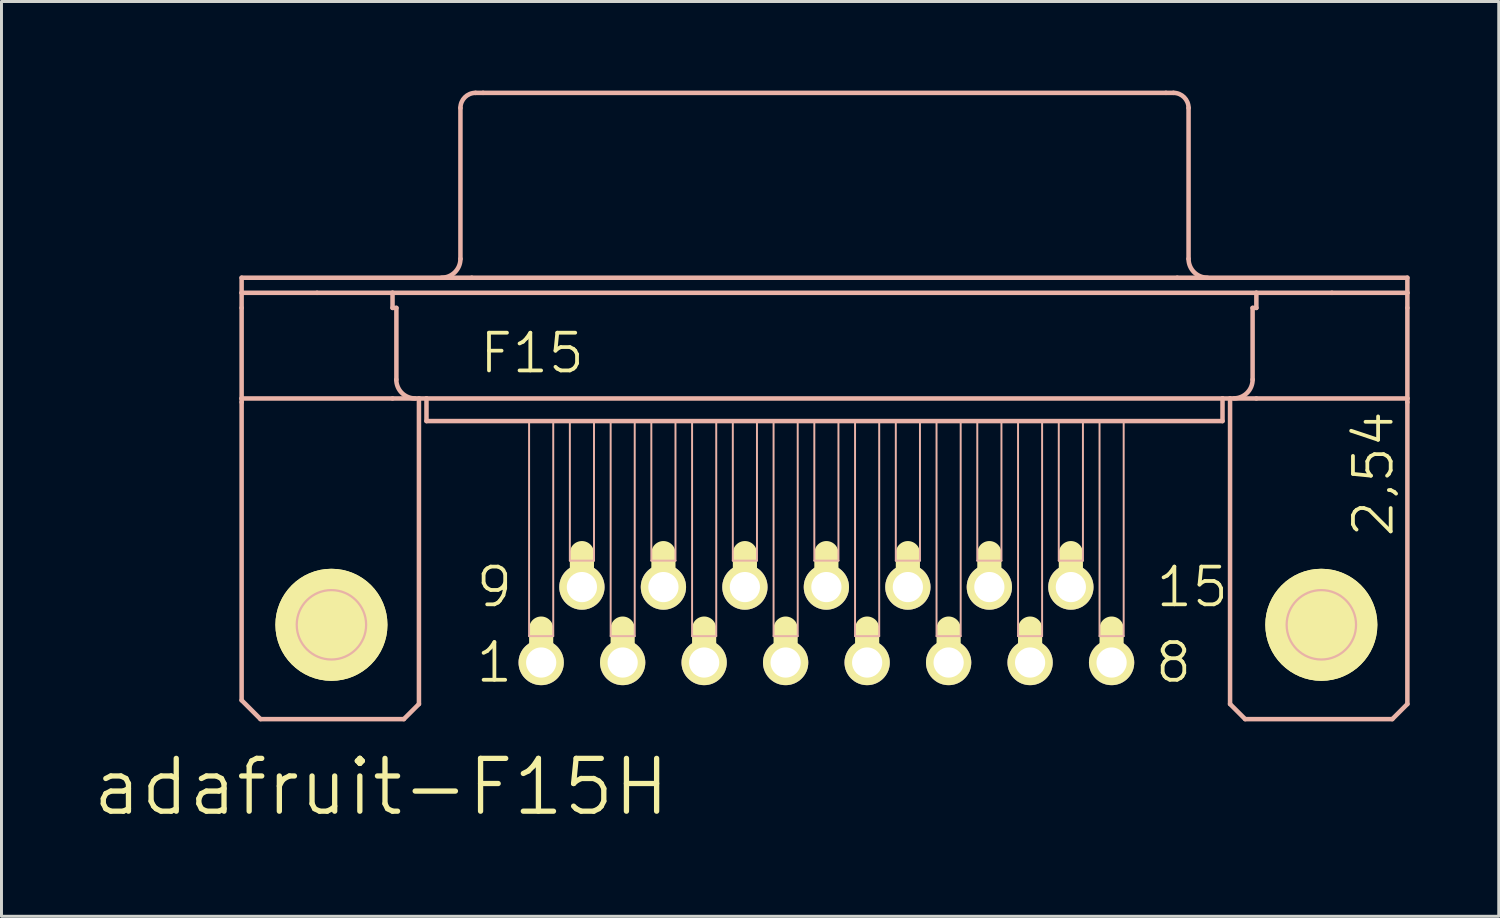
<source format=kicad_pcb>
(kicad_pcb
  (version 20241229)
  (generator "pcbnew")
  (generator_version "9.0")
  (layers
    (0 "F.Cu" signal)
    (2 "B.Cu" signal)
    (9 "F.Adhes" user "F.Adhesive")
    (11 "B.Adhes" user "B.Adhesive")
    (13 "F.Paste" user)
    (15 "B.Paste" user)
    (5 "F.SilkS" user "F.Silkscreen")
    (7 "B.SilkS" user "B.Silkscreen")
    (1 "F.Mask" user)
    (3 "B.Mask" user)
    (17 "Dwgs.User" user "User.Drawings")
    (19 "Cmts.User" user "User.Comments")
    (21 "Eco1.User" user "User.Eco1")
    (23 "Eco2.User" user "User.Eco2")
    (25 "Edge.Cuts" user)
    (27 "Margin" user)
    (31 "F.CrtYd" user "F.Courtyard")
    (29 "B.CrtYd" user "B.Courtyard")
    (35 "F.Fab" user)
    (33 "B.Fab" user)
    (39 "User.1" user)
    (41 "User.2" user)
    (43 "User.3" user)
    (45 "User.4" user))
  (footprint "adafruit-F15H"
    (layer "F.Cu")
    (at 24.769 17.983)
    (property "Reference" "adafruit-F15H" (at -14.986 5.461 0) (layer "F.SilkS") (effects (font (size 1.778 1.778) (thickness 0.178))))
    (attr exclude_from_pos_files exclude_from_bom)
    (fp_line (start -18.313 0) (end -15.011 0) (stroke (width 0.127) (type solid)) (layer "F.SilkS"))
    (fp_line (start -16.662 1.651) (end -16.662 -1.651) (stroke (width 0.127) (type solid)) (layer "F.SilkS"))
    (fp_line (start -9.601 1.143) (end -9.601 0.127) (stroke (width 0.813) (type solid)) (layer "F.SilkS"))
    (fp_line (start -8.23 -1.397) (end -8.23 -2.413) (stroke (width 0.813) (type solid)) (layer "F.SilkS"))
    (fp_line (start -6.858 1.143) (end -6.858 0.127) (stroke (width 0.813) (type solid)) (layer "F.SilkS"))
    (fp_line (start -5.486 -1.397) (end -5.486 -2.413) (stroke (width 0.813) (type solid)) (layer "F.SilkS"))
    (fp_line (start -4.115 1.143) (end -4.115 0.127) (stroke (width 0.813) (type solid)) (layer "F.SilkS"))
    (fp_line (start -2.743 -1.397) (end -2.743 -2.413) (stroke (width 0.813) (type solid)) (layer "F.SilkS"))
    (fp_line (start -1.372 1.143) (end -1.372 0.127) (stroke (width 0.813) (type solid)) (layer "F.SilkS"))
    (fp_line (start 0 -1.397) (end 0 -2.413) (stroke (width 0.813) (type solid)) (layer "F.SilkS"))
    (fp_line (start 1.372 1.143) (end 1.372 0.127) (stroke (width 0.813) (type solid)) (layer "F.SilkS"))
    (fp_line (start 2.743 -1.397) (end 2.743 -2.413) (stroke (width 0.813) (type solid)) (layer "F.SilkS"))
    (fp_line (start 4.115 1.143) (end 4.115 0.127) (stroke (width 0.813) (type solid)) (layer "F.SilkS"))
    (fp_line (start 5.486 -1.397) (end 5.486 -2.413) (stroke (width 0.813) (type solid)) (layer "F.SilkS"))
    (fp_line (start 6.858 1.143) (end 6.858 0.127) (stroke (width 0.813) (type solid)) (layer "F.SilkS"))
    (fp_line (start 8.23 -1.397) (end 8.23 -2.413) (stroke (width 0.813) (type solid)) (layer "F.SilkS"))
    (fp_line (start 9.601 1.143) (end 9.601 0.127) (stroke (width 0.813) (type solid)) (layer "F.SilkS"))
    (fp_line (start 15.011 0) (end 18.313 0) (stroke (width 0.127) (type solid)) (layer "F.SilkS"))
    (fp_line (start 16.662 1.651) (end 16.662 -1.651) (stroke (width 0.127) (type solid)) (layer "F.SilkS"))
    (fp_circle (center -16.662 0) (end -17.996 1.333) (stroke (width 0) (type solid)) (fill yes) (layer "F.SilkS"))
    (fp_circle (center -16.662 0) (end -17.996 1.333) (stroke (width 0) (type solid)) (fill yes) (layer "F.SilkS"))
    (fp_circle (center -16.662 0) (end -17.488 0.826) (stroke (width 0.127) (type solid)) (fill no) (layer "F.SilkS"))
    (fp_circle (center 16.662 0) (end 17.488 0.826) (stroke (width 0.127) (type solid)) (fill no) (layer "F.SilkS"))
    (fp_circle (center 16.662 0) (end 17.996 1.333) (stroke (width 0) (type solid)) (fill yes) (layer "F.SilkS"))
    (fp_circle (center 16.662 0) (end 17.996 1.333) (stroke (width 0) (type solid)) (fill yes) (layer "F.SilkS"))
    (fp_line (start -19.685 -11.684) (end -11.938 -11.684) (stroke (width 0.152) (type solid)) (layer "B.SilkS"))
    (fp_line (start -19.685 -11.684) (end 19.558 -11.684) (stroke (width 0.066) (type solid)) (layer "B.SilkS"))
    (fp_line (start -19.685 -11.176) (end -19.685 -11.684) (stroke (width 0.066) (type solid)) (layer "B.SilkS"))
    (fp_line (start -19.685 -11.176) (end -19.685 -11.684) (stroke (width 0.152) (type solid)) (layer "B.SilkS"))
    (fp_line (start -19.685 -11.176) (end -17.145 -11.176) (stroke (width 0.152) (type solid)) (layer "B.SilkS"))
    (fp_line (start -19.685 -11.176) (end 19.558 -11.176) (stroke (width 0.066) (type solid)) (layer "B.SilkS"))
    (fp_line (start -19.685 -10.668) (end -19.685 -11.176) (stroke (width 0.152) (type solid)) (layer "B.SilkS"))
    (fp_line (start -19.685 -7.62) (end -19.685 -10.668) (stroke (width 0.152) (type solid)) (layer "B.SilkS"))
    (fp_line (start -19.685 -7.62) (end -19.685 -7.493) (stroke (width 0.152) (type solid)) (layer "B.SilkS"))
    (fp_line (start -19.685 -7.62) (end -14.605 -7.62) (stroke (width 0.152) (type solid)) (layer "B.SilkS"))
    (fp_line (start -19.685 2.54) (end -19.685 -7.493) (stroke (width 0.152) (type solid)) (layer "B.SilkS"))
    (fp_line (start -19.05 3.175) (end -19.685 2.54) (stroke (width 0.152) (type solid)) (layer "B.SilkS"))
    (fp_line (start -17.145 -11.176) (end -14.605 -11.176) (stroke (width 0.152) (type solid)) (layer "B.SilkS"))
    (fp_line (start -14.605 -11.176) (end 14.475 -11.176) (stroke (width 0.152) (type solid)) (layer "B.SilkS"))
    (fp_line (start -14.605 -10.668) (end -14.605 -11.176) (stroke (width 0.152) (type solid)) (layer "B.SilkS"))
    (fp_line (start -14.605 -10.668) (end -14.475 -10.668) (stroke (width 0.152) (type solid)) (layer "B.SilkS"))
    (fp_line (start -14.605 -7.62) (end -13.716 -7.62) (stroke (width 0.152) (type solid)) (layer "B.SilkS"))
    (fp_line (start -14.475 -8.255) (end -14.475 -10.668) (stroke (width 0.152) (type solid)) (layer "B.SilkS"))
    (fp_line (start -14.224 3.175) (end -19.05 3.175) (stroke (width 0.152) (type solid)) (layer "B.SilkS"))
    (fp_line (start -14.224 3.175) (end -13.716 2.667) (stroke (width 0.152) (type solid)) (layer "B.SilkS"))
    (fp_line (start -13.716 -7.62) (end -13.462 -7.62) (stroke (width 0.152) (type solid)) (layer "B.SilkS"))
    (fp_line (start -13.716 2.667) (end -13.716 -7.62) (stroke (width 0.152) (type solid)) (layer "B.SilkS"))
    (fp_line (start -13.462 -7.62) (end -13.462 -6.858) (stroke (width 0.152) (type solid)) (layer "B.SilkS"))
    (fp_line (start -13.462 -7.62) (end 13.335 -7.62) (stroke (width 0.066) (type solid)) (layer "B.SilkS"))
    (fp_line (start -13.462 -7.62) (end 13.335 -7.62) (stroke (width 0.152) (type solid)) (layer "B.SilkS"))
    (fp_line (start -13.462 -6.858) (end -13.462 -7.62) (stroke (width 0.066) (type solid)) (layer "B.SilkS"))
    (fp_line (start -13.462 -6.858) (end 13.335 -6.858) (stroke (width 0.066) (type solid)) (layer "B.SilkS"))
    (fp_line (start -13.462 -6.858) (end 13.335 -6.858) (stroke (width 0.152) (type solid)) (layer "B.SilkS"))
    (fp_line (start -12.319 -12.319) (end -12.319 -17.399) (stroke (width 0.152) (type solid)) (layer "B.SilkS"))
    (fp_line (start -11.938 -11.684) (end 11.811 -11.684) (stroke (width 0.152) (type solid)) (layer "B.SilkS"))
    (fp_line (start -11.811 -17.907) (end -11.557 -17.907) (stroke (width 0.152) (type solid)) (layer "B.SilkS"))
    (fp_line (start -11.557 -17.907) (end 11.43 -17.907) (stroke (width 0.152) (type solid)) (layer "B.SilkS"))
    (fp_line (start -10.008 -6.858) (end -9.195 -6.858) (stroke (width 0.066) (type solid)) (layer "B.SilkS"))
    (fp_line (start -10.008 0.381) (end -10.008 -6.858) (stroke (width 0.066) (type solid)) (layer "B.SilkS"))
    (fp_line (start -10.008 0.381) (end -9.195 0.381) (stroke (width 0.066) (type solid)) (layer "B.SilkS"))
    (fp_line (start -9.195 0.381) (end -9.195 -6.858) (stroke (width 0.066) (type solid)) (layer "B.SilkS"))
    (fp_line (start -8.636 -6.858) (end -7.823 -6.858) (stroke (width 0.066) (type solid)) (layer "B.SilkS"))
    (fp_line (start -8.636 -2.159) (end -8.636 -6.858) (stroke (width 0.066) (type solid)) (layer "B.SilkS"))
    (fp_line (start -8.636 -2.159) (end -7.823 -2.159) (stroke (width 0.066) (type solid)) (layer "B.SilkS"))
    (fp_line (start -7.823 -2.159) (end -7.823 -6.858) (stroke (width 0.066) (type solid)) (layer "B.SilkS"))
    (fp_line (start -7.262 -6.858) (end -6.452 -6.858) (stroke (width 0.066) (type solid)) (layer "B.SilkS"))
    (fp_line (start -7.262 0.381) (end -7.262 -6.858) (stroke (width 0.066) (type solid)) (layer "B.SilkS"))
    (fp_line (start -7.262 0.381) (end -6.452 0.381) (stroke (width 0.066) (type solid)) (layer "B.SilkS"))
    (fp_line (start -6.452 0.381) (end -6.452 -6.858) (stroke (width 0.066) (type solid)) (layer "B.SilkS"))
    (fp_line (start -5.893 -6.858) (end -5.08 -6.858) (stroke (width 0.066) (type solid)) (layer "B.SilkS"))
    (fp_line (start -5.893 -2.159) (end -5.893 -6.858) (stroke (width 0.066) (type solid)) (layer "B.SilkS"))
    (fp_line (start -5.893 -2.159) (end -5.08 -2.159) (stroke (width 0.066) (type solid)) (layer "B.SilkS"))
    (fp_line (start -5.08 -2.159) (end -5.08 -6.858) (stroke (width 0.066) (type solid)) (layer "B.SilkS"))
    (fp_line (start -4.521 -6.858) (end -3.708 -6.858) (stroke (width 0.066) (type solid)) (layer "B.SilkS"))
    (fp_line (start -4.521 0.381) (end -4.521 -6.858) (stroke (width 0.066) (type solid)) (layer "B.SilkS"))
    (fp_line (start -4.521 0.381) (end -3.708 0.381) (stroke (width 0.066) (type solid)) (layer "B.SilkS"))
    (fp_line (start -3.708 0.381) (end -3.708 -6.858) (stroke (width 0.066) (type solid)) (layer "B.SilkS"))
    (fp_line (start -3.15 -6.858) (end -2.337 -6.858) (stroke (width 0.066) (type solid)) (layer "B.SilkS"))
    (fp_line (start -3.15 -2.159) (end -3.15 -6.858) (stroke (width 0.066) (type solid)) (layer "B.SilkS"))
    (fp_line (start -3.15 -2.159) (end -2.337 -2.159) (stroke (width 0.066) (type solid)) (layer "B.SilkS"))
    (fp_line (start -2.337 -2.159) (end -2.337 -6.858) (stroke (width 0.066) (type solid)) (layer "B.SilkS"))
    (fp_line (start -1.778 -6.858) (end -0.965 -6.858) (stroke (width 0.066) (type solid)) (layer "B.SilkS"))
    (fp_line (start -1.778 0.381) (end -1.778 -6.858) (stroke (width 0.066) (type solid)) (layer "B.SilkS"))
    (fp_line (start -1.778 0.381) (end -0.965 0.381) (stroke (width 0.066) (type solid)) (layer "B.SilkS"))
    (fp_line (start -0.965 0.381) (end -0.965 -6.858) (stroke (width 0.066) (type solid)) (layer "B.SilkS"))
    (fp_line (start -0.406 -6.858) (end 0.406 -6.858) (stroke (width 0.066) (type solid)) (layer "B.SilkS"))
    (fp_line (start -0.406 -2.159) (end -0.406 -6.858) (stroke (width 0.066) (type solid)) (layer "B.SilkS"))
    (fp_line (start -0.406 -2.159) (end 0.406 -2.159) (stroke (width 0.066) (type solid)) (layer "B.SilkS"))
    (fp_line (start 0.406 -2.159) (end 0.406 -6.858) (stroke (width 0.066) (type solid)) (layer "B.SilkS"))
    (fp_line (start 0.965 -6.858) (end 1.778 -6.858) (stroke (width 0.066) (type solid)) (layer "B.SilkS"))
    (fp_line (start 0.965 0.381) (end 0.965 -6.858) (stroke (width 0.066) (type solid)) (layer "B.SilkS"))
    (fp_line (start 0.965 0.381) (end 1.778 0.381) (stroke (width 0.066) (type solid)) (layer "B.SilkS"))
    (fp_line (start 1.778 0.381) (end 1.778 -6.858) (stroke (width 0.066) (type solid)) (layer "B.SilkS"))
    (fp_line (start 2.337 -6.858) (end 3.15 -6.858) (stroke (width 0.066) (type solid)) (layer "B.SilkS"))
    (fp_line (start 2.337 -2.159) (end 2.337 -6.858) (stroke (width 0.066) (type solid)) (layer "B.SilkS"))
    (fp_line (start 2.337 -2.159) (end 3.15 -2.159) (stroke (width 0.066) (type solid)) (layer "B.SilkS"))
    (fp_line (start 3.15 -2.159) (end 3.15 -6.858) (stroke (width 0.066) (type solid)) (layer "B.SilkS"))
    (fp_line (start 3.708 -6.858) (end 4.521 -6.858) (stroke (width 0.066) (type solid)) (layer "B.SilkS"))
    (fp_line (start 3.708 0.381) (end 3.708 -6.858) (stroke (width 0.066) (type solid)) (layer "B.SilkS"))
    (fp_line (start 3.708 0.381) (end 4.521 0.381) (stroke (width 0.066) (type solid)) (layer "B.SilkS"))
    (fp_line (start 4.521 0.381) (end 4.521 -6.858) (stroke (width 0.066) (type solid)) (layer "B.SilkS"))
    (fp_line (start 5.08 -6.858) (end 5.893 -6.858) (stroke (width 0.066) (type solid)) (layer "B.SilkS"))
    (fp_line (start 5.08 -2.159) (end 5.08 -6.858) (stroke (width 0.066) (type solid)) (layer "B.SilkS"))
    (fp_line (start 5.08 -2.159) (end 5.893 -2.159) (stroke (width 0.066) (type solid)) (layer "B.SilkS"))
    (fp_line (start 5.893 -2.159) (end 5.893 -6.858) (stroke (width 0.066) (type solid)) (layer "B.SilkS"))
    (fp_line (start 6.452 -6.858) (end 7.262 -6.858) (stroke (width 0.066) (type solid)) (layer "B.SilkS"))
    (fp_line (start 6.452 0.381) (end 6.452 -6.858) (stroke (width 0.066) (type solid)) (layer "B.SilkS"))
    (fp_line (start 6.452 0.381) (end 7.262 0.381) (stroke (width 0.066) (type solid)) (layer "B.SilkS"))
    (fp_line (start 7.262 0.381) (end 7.262 -6.858) (stroke (width 0.066) (type solid)) (layer "B.SilkS"))
    (fp_line (start 7.823 -6.858) (end 8.636 -6.858) (stroke (width 0.066) (type solid)) (layer "B.SilkS"))
    (fp_line (start 7.823 -2.159) (end 7.823 -6.858) (stroke (width 0.066) (type solid)) (layer "B.SilkS"))
    (fp_line (start 7.823 -2.159) (end 8.636 -2.159) (stroke (width 0.066) (type solid)) (layer "B.SilkS"))
    (fp_line (start 8.636 -2.159) (end 8.636 -6.858) (stroke (width 0.066) (type solid)) (layer "B.SilkS"))
    (fp_line (start 9.195 -6.858) (end 10.008 -6.858) (stroke (width 0.066) (type solid)) (layer "B.SilkS"))
    (fp_line (start 9.195 0.381) (end 9.195 -6.858) (stroke (width 0.066) (type solid)) (layer "B.SilkS"))
    (fp_line (start 9.195 0.381) (end 10.008 0.381) (stroke (width 0.066) (type solid)) (layer "B.SilkS"))
    (fp_line (start 10.008 0.381) (end 10.008 -6.858) (stroke (width 0.066) (type solid)) (layer "B.SilkS"))
    (fp_line (start 11.43 -17.907) (end 11.684 -17.907) (stroke (width 0.152) (type solid)) (layer "B.SilkS"))
    (fp_line (start 11.811 -11.684) (end 19.558 -11.684) (stroke (width 0.152) (type solid)) (layer "B.SilkS"))
    (fp_line (start 12.192 -12.319) (end 12.192 -17.399) (stroke (width 0.152) (type solid)) (layer "B.SilkS"))
    (fp_line (start 13.335 -7.62) (end 13.335 -6.858) (stroke (width 0.152) (type solid)) (layer "B.SilkS"))
    (fp_line (start 13.335 -7.62) (end 13.589 -7.62) (stroke (width 0.152) (type solid)) (layer "B.SilkS"))
    (fp_line (start 13.335 -6.858) (end 13.335 -7.62) (stroke (width 0.066) (type solid)) (layer "B.SilkS"))
    (fp_line (start 13.589 -7.62) (end 14.475 -7.62) (stroke (width 0.152) (type solid)) (layer "B.SilkS"))
    (fp_line (start 13.589 2.667) (end 13.589 -7.62) (stroke (width 0.152) (type solid)) (layer "B.SilkS"))
    (fp_line (start 13.589 2.667) (end 14.097 3.175) (stroke (width 0.152) (type solid)) (layer "B.SilkS"))
    (fp_line (start 14.097 3.175) (end 19.05 3.175) (stroke (width 0.152) (type solid)) (layer "B.SilkS"))
    (fp_line (start 14.348 -10.668) (end 14.475 -10.668) (stroke (width 0.152) (type solid)) (layer "B.SilkS"))
    (fp_line (start 14.348 -8.255) (end 14.348 -10.668) (stroke (width 0.152) (type solid)) (layer "B.SilkS"))
    (fp_line (start 14.475 -11.176) (end 17.018 -11.176) (stroke (width 0.152) (type solid)) (layer "B.SilkS"))
    (fp_line (start 14.475 -10.668) (end 14.475 -11.176) (stroke (width 0.152) (type solid)) (layer "B.SilkS"))
    (fp_line (start 14.475 -7.62) (end 19.558 -7.62) (stroke (width 0.152) (type solid)) (layer "B.SilkS"))
    (fp_line (start 17.018 -11.176) (end 19.558 -11.176) (stroke (width 0.152) (type solid)) (layer "B.SilkS"))
    (fp_line (start 19.05 3.175) (end 19.558 2.667) (stroke (width 0.152) (type solid)) (layer "B.SilkS"))
    (fp_line (start 19.558 -11.684) (end 19.558 -11.176) (stroke (width 0.152) (type solid)) (layer "B.SilkS"))
    (fp_line (start 19.558 -11.176) (end 19.558 -11.684) (stroke (width 0.066) (type solid)) (layer "B.SilkS"))
    (fp_line (start 19.558 -11.176) (end 19.558 -10.668) (stroke (width 0.152) (type solid)) (layer "B.SilkS"))
    (fp_line (start 19.558 -10.668) (end 19.558 -7.62) (stroke (width 0.152) (type solid)) (layer "B.SilkS"))
    (fp_line (start 19.558 -7.62) (end 19.558 -7.493) (stroke (width 0.152) (type solid)) (layer "B.SilkS"))
    (fp_line (start 19.558 2.667) (end 19.558 -7.493) (stroke (width 0.152) (type solid)) (layer "B.SilkS"))
    (fp_arc (start -13.843 -7.62) (mid -14.292013 -7.805987) (end -14.478 -8.255) (stroke (width 0.1524) (type solid)) (layer "B.SilkS"))
    (fp_arc (start -12.319 -17.399) (mid -12.17021 -17.75821) (end -11.811 -17.907) (stroke (width 0.1524) (type solid)) (layer "B.SilkS"))
    (fp_arc (start -12.319 -12.319) (mid -12.504987 -11.869987) (end -12.954 -11.684) (stroke (width 0.1524) (type solid)) (layer "B.SilkS"))
    (fp_arc (start 11.684 -17.907) (mid 12.04321 -17.75821) (end 12.192 -17.399) (stroke (width 0.1524) (type solid)) (layer "B.SilkS"))
    (fp_arc (start 12.827 -11.684) (mid 12.377987 -11.869987) (end 12.192 -12.319) (stroke (width 0.1524) (type solid)) (layer "B.SilkS"))
    (fp_arc (start 14.34846 -8.255) (mid 14.163217 -7.807783) (end 13.716 -7.62254) (stroke (width 0.1524) (type solid)) (layer "B.SilkS"))
    (fp_circle (center -16.662 0) (end -17.488 0.826) (stroke (width 0.076) (type solid)) (fill no) (layer "B.SilkS"))
    (fp_circle (center 16.662 0) (end 17.488 0.826) (stroke (width 0.076) (type solid)) (fill no) (layer "B.SilkS"))
    (fp_text user "15" (at 12.319 -1.27 0) (layer "F.SilkS") (effects (font (size 1.27 1.27) (thickness 0.127))))
    (fp_text user "9" (at -11.176 -1.27 0) (layer "F.SilkS") (effects (font (size 1.27 1.27) (thickness 0.127))))
    (fp_text user "8" (at 11.684 1.27 0) (layer "F.SilkS") (effects (font (size 1.27 1.27) (thickness 0.127))))
    (fp_text user "1" (at -11.176 1.27 0) (layer "F.SilkS") (effects (font (size 1.27 1.27) (thickness 0.127))))
    (fp_text user "F15" (at -9.906 -9.144 0) (layer "F.SilkS") (effects (font (size 1.27 1.27) (thickness 0.127))))
    (fp_text user "2,54" (at 18.415 -5.08 90) (layer "F.SilkS") (effects (font (size 1.27 1.27) (thickness 0.127))))
    (pad "1" thru_hole circle (at -9.601 1.27) (size 1.524 1.524) (drill 1.016) (layers "*.Cu" "F.Mask" "F.SilkS" "F.Paste"))
    (pad "2" thru_hole circle (at -6.858 1.27) (size 1.524 1.524) (drill 1.016) (layers "*.Cu" "F.Mask" "F.SilkS" "F.Paste"))
    (pad "3" thru_hole circle (at -4.115 1.27) (size 1.524 1.524) (drill 1.016) (layers "*.Cu" "F.Mask" "F.SilkS" "F.Paste"))
    (pad "4" thru_hole circle (at -1.372 1.27) (size 1.524 1.524) (drill 1.016) (layers "*.Cu" "F.Mask" "F.SilkS" "F.Paste"))
    (pad "5" thru_hole circle (at 1.372 1.27) (size 1.524 1.524) (drill 1.016) (layers "*.Cu" "F.Mask" "F.SilkS" "F.Paste"))
    (pad "6" thru_hole circle (at 4.115 1.27) (size 1.524 1.524) (drill 1.016) (layers "*.Cu" "F.Mask" "F.SilkS" "F.Paste"))
    (pad "7" thru_hole circle (at 6.858 1.27) (size 1.524 1.524) (drill 1.016) (layers "*.Cu" "F.Mask" "F.SilkS" "F.Paste"))
    (pad "8" thru_hole circle (at 9.601 1.27) (size 1.524 1.524) (drill 1.016) (layers "*.Cu" "F.Mask" "F.SilkS" "F.Paste"))
    (pad "9" thru_hole circle (at -8.23 -1.27) (size 1.524 1.524) (drill 1.016) (layers "*.Cu" "F.Mask" "F.SilkS" "F.Paste"))
    (pad "10" thru_hole circle (at -5.486 -1.27) (size 1.524 1.524) (drill 1.016) (layers "*.Cu" "F.Mask" "F.SilkS" "F.Paste"))
    (pad "11" thru_hole circle (at -2.743 -1.27) (size 1.524 1.524) (drill 1.016) (layers "*.Cu" "F.Mask" "F.SilkS" "F.Paste"))
    (pad "12" thru_hole circle (at 0 -1.27) (size 1.524 1.524) (drill 1.016) (layers "*.Cu" "F.Mask" "F.SilkS" "F.Paste"))
    (pad "13" thru_hole circle (at 2.743 -1.27) (size 1.524 1.524) (drill 1.016) (layers "*.Cu" "F.Mask" "F.SilkS" "F.Paste"))
    (pad "14" thru_hole circle (at 5.486 -1.27) (size 1.524 1.524) (drill 1.016) (layers "*.Cu" "F.Mask" "F.SilkS" "F.Paste"))
    (pad "15" thru_hole circle (at 8.23 -1.27) (size 1.524 1.524) (drill 1.016) (layers "*.Cu" "F.Mask" "F.SilkS" "F.Paste")))
  (gr_rect
    (start -3 -3)
    (end 47.403 27.796)
    (stroke (width 0.1) (type default))
    (fill no)
    (layer "Edge.Cuts")))
</source>
